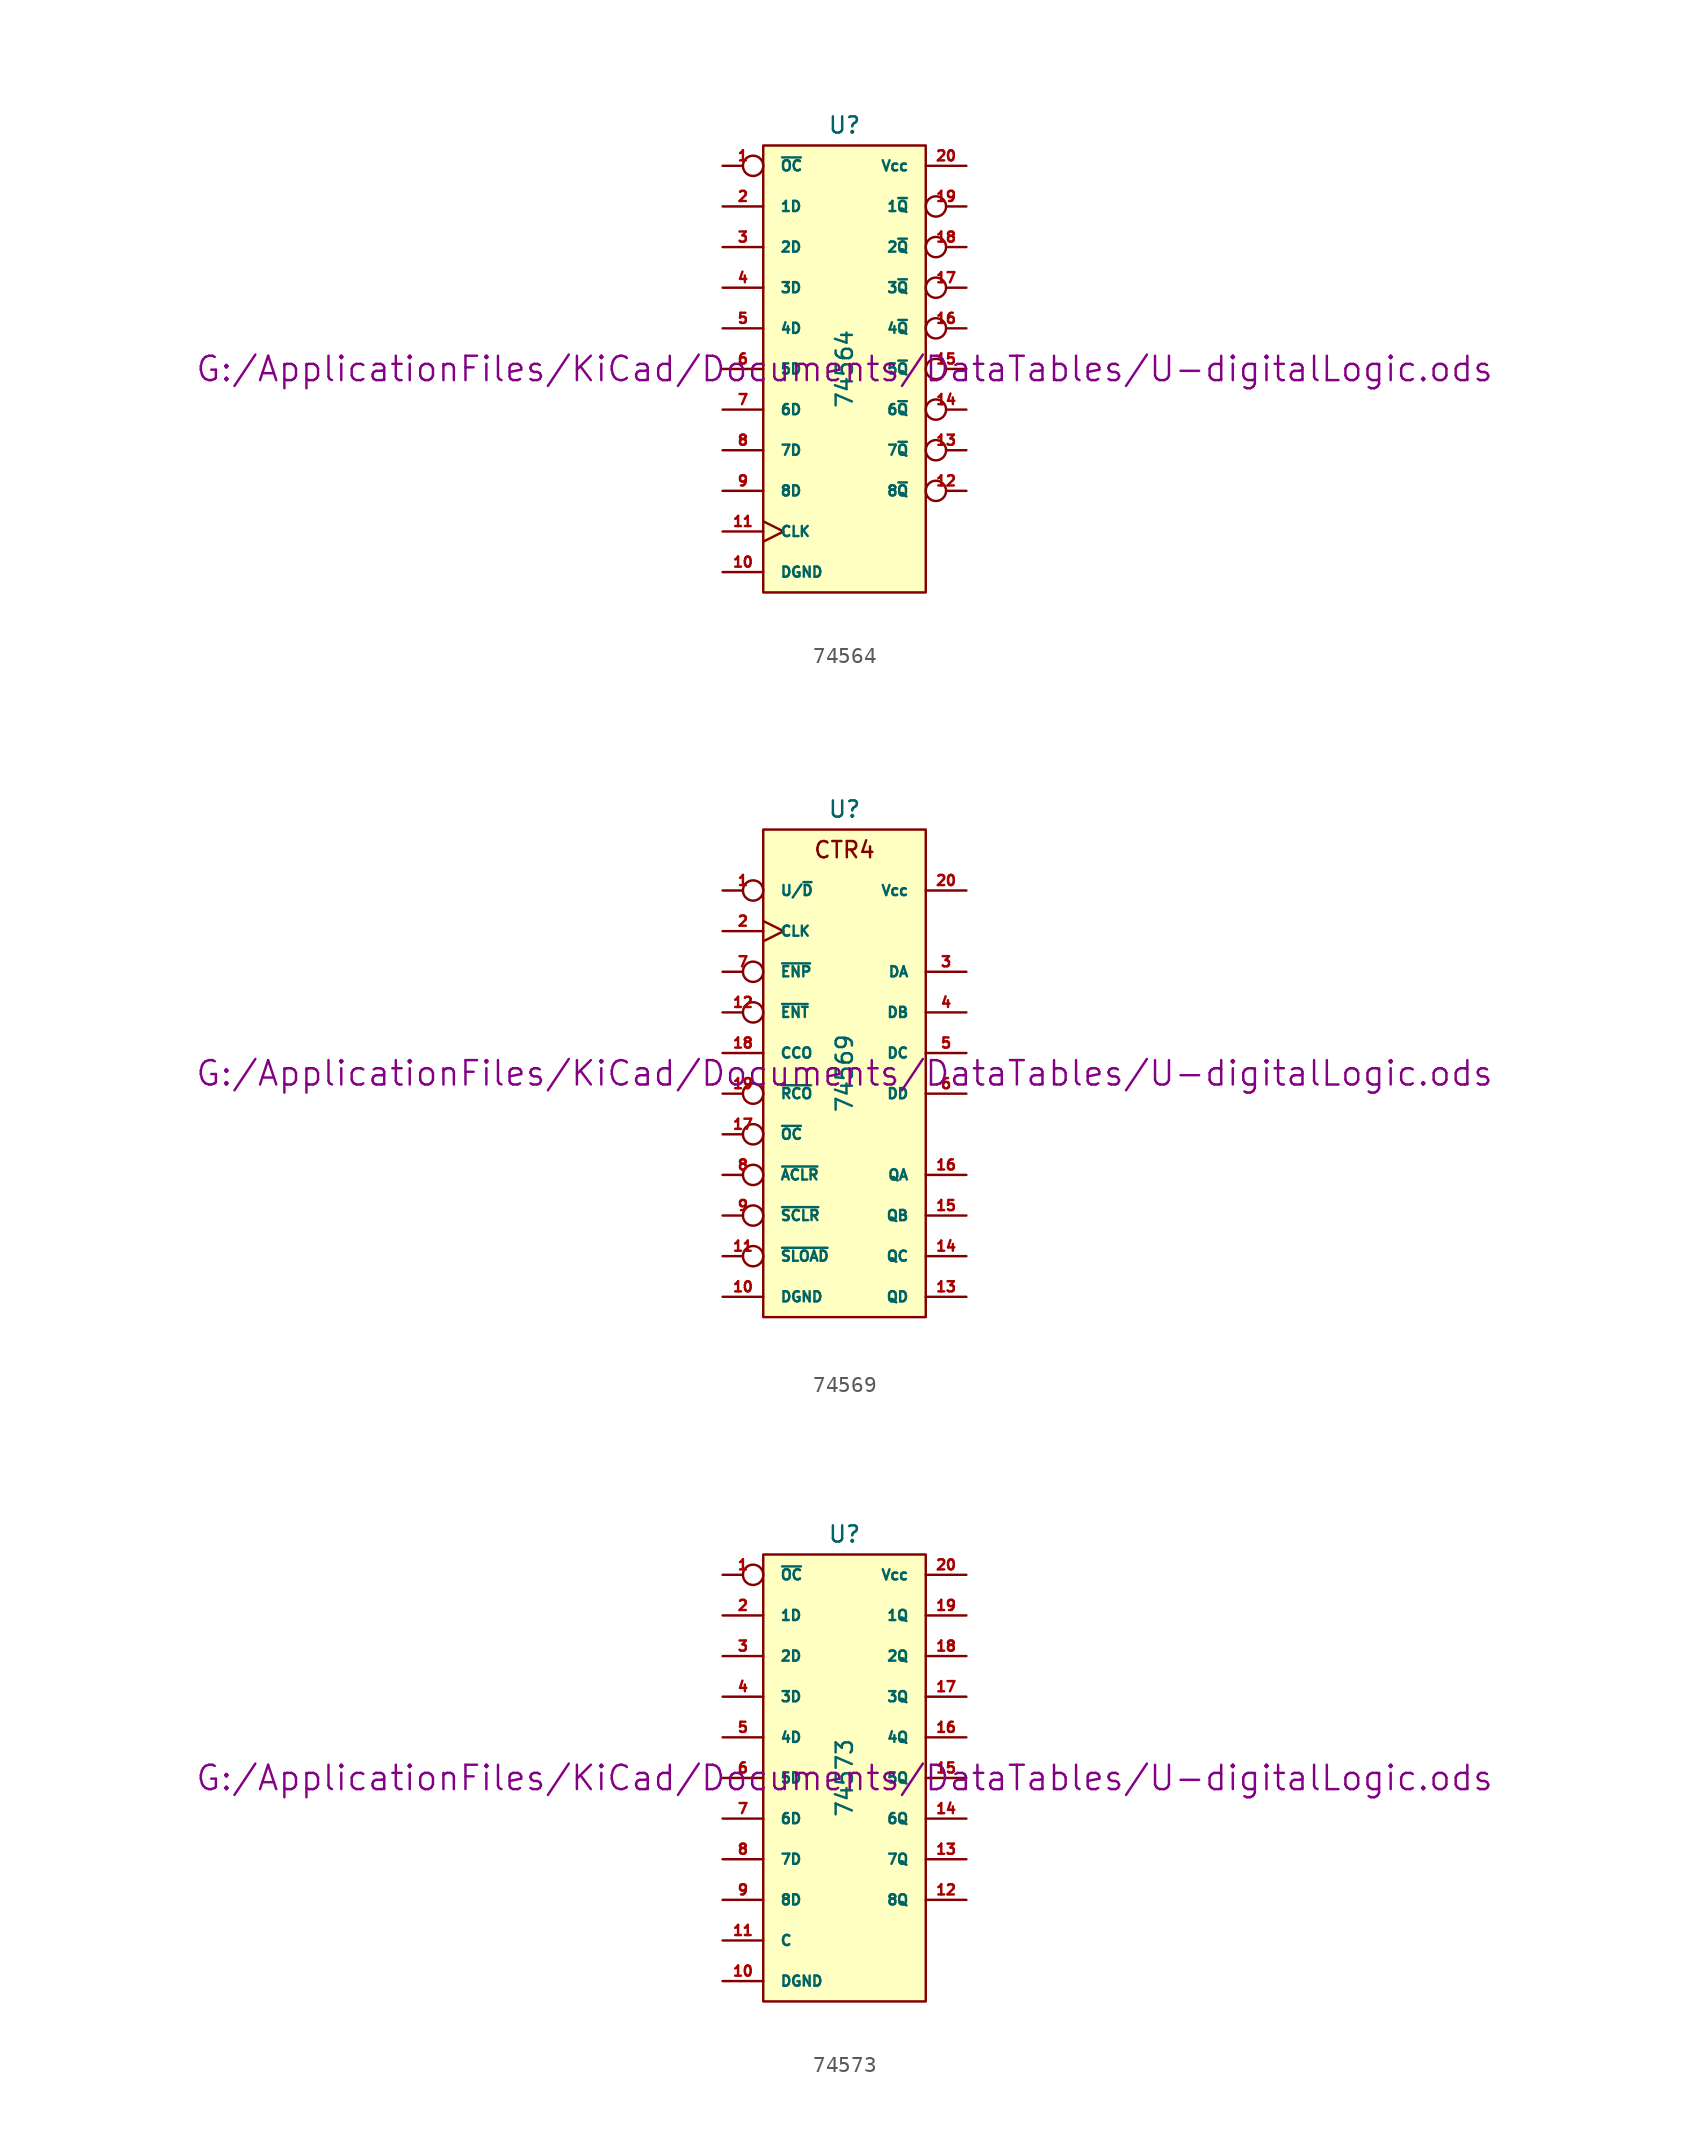
<source format=kicad_sym>
(kicad_symbol_lib
  (version 20211014)
  (generator kicad_symbol_editor)
  (symbol "74564"
    (pin_names
      (offset 1.016))
    (property "Reference" "U"
      (at 0 15.24 0)
      (effects (font (size 1.016 1.016))))
    (property "Value" "74564"
      (at 0 0 90)
      (effects (font (size 1.016 1.016))))
    (property "Footprint" ""
      (at 0 0 0)
      (effects (font (size 1.524 1.524))))
    (property "Datasheet" "G:/ApplicationFiles/KiCad/Documents/DataTables/U-digitalLogic.ods"
      (at 0 0 0)
      (effects (font (size 1.524 1.524))))
    (symbol "74564_0_1"
      (rectangle (start -5.08 13.97) (end 5.08 -13.97) (stroke (width 0) (type default) (color 0 0 0 0)) (fill (type background))))
    (symbol "74564_1_1"
      (pin input inverted (at -7.62 12.7 0) (length 2.54) (name "~{OC}" (effects (font (size 0.635 0.635)))) (number "1" (effects (font (size 0.635 0.635)))))
      (pin power_in line (at -7.62 -12.7 0) (length 2.54) (name "DGND" (effects (font (size 0.635 0.635)))) (number "10" (effects (font (size 0.635 0.635)))))
      (pin input clock (at -7.62 -10.16 0) (length 2.54) (name "CLK" (effects (font (size 0.635 0.635)))) (number "11" (effects (font (size 0.635 0.635)))))
      (pin tri_state inverted (at 7.62 -7.62 180) (length 2.54) (name "8~{Q}" (effects (font (size 0.635 0.635)))) (number "12" (effects (font (size 0.635 0.635)))))
      (pin tri_state inverted (at 7.62 -5.08 180) (length 2.54) (name "7~{Q}" (effects (font (size 0.635 0.635)))) (number "13" (effects (font (size 0.635 0.635)))))
      (pin tri_state inverted (at 7.62 -2.54 180) (length 2.54) (name "6~{Q}" (effects (font (size 0.635 0.635)))) (number "14" (effects (font (size 0.635 0.635)))))
      (pin tri_state inverted (at 7.62 0 180) (length 2.54) (name "5~{Q}" (effects (font (size 0.635 0.635)))) (number "15" (effects (font (size 0.635 0.635)))))
      (pin tri_state inverted (at 7.62 2.54 180) (length 2.54) (name "4~{Q}" (effects (font (size 0.635 0.635)))) (number "16" (effects (font (size 0.635 0.635)))))
      (pin tri_state inverted (at 7.62 5.08 180) (length 2.54) (name "3~{Q}" (effects (font (size 0.635 0.635)))) (number "17" (effects (font (size 0.635 0.635)))))
      (pin tri_state inverted (at 7.62 7.62 180) (length 2.54) (name "2~{Q}" (effects (font (size 0.635 0.635)))) (number "18" (effects (font (size 0.635 0.635)))))
      (pin tri_state inverted (at 7.62 10.16 180) (length 2.54) (name "1~{Q}" (effects (font (size 0.635 0.635)))) (number "19" (effects (font (size 0.635 0.635)))))
      (pin input line (at -7.62 10.16 0) (length 2.54) (name "1D" (effects (font (size 0.635 0.635)))) (number "2" (effects (font (size 0.635 0.635)))))
      (pin power_in line (at 7.62 12.7 180) (length 2.54) (name "Vcc" (effects (font (size 0.635 0.635)))) (number "20" (effects (font (size 0.635 0.635)))))
      (pin input line (at -7.62 7.62 0) (length 2.54) (name "2D" (effects (font (size 0.635 0.635)))) (number "3" (effects (font (size 0.635 0.635)))))
      (pin input line (at -7.62 5.08 0) (length 2.54) (name "3D" (effects (font (size 0.635 0.635)))) (number "4" (effects (font (size 0.635 0.635)))))
      (pin input line (at -7.62 2.54 0) (length 2.54) (name "4D" (effects (font (size 0.635 0.635)))) (number "5" (effects (font (size 0.635 0.635)))))
      (pin input line (at -7.62 0 0) (length 2.54) (name "5D" (effects (font (size 0.635 0.635)))) (number "6" (effects (font (size 0.635 0.635)))))
      (pin input line (at -7.62 -2.54 0) (length 2.54) (name "6D" (effects (font (size 0.635 0.635)))) (number "7" (effects (font (size 0.635 0.635)))))
      (pin input line (at -7.62 -5.08 0) (length 2.54) (name "7D" (effects (font (size 0.635 0.635)))) (number "8" (effects (font (size 0.635 0.635)))))
      (pin input line (at -7.62 -7.62 0) (length 2.54) (name "8D" (effects (font (size 0.635 0.635)))) (number "9" (effects (font (size 0.635 0.635)))))))
  (symbol "74569"
    (pin_names
      (offset 1.016))
    (property "Reference" "U"
      (at 0 16.51 0)
      (effects (font (size 1.016 1.016))))
    (property "Value" "74569"
      (at 0 0 90)
      (effects (font (size 1.016 1.016))))
    (property "Footprint" ""
      (at 0 0 0)
      (effects (font (size 1.524 1.524))))
    (property "Datasheet" "G:/ApplicationFiles/KiCad/Documents/DataTables/U-digitalLogic.ods"
      (at 0 0 0)
      (effects (font (size 1.524 1.524))))
    (symbol "74569_0_0"
      (text "CTR4" (at 0 13.97 0) (effects (font (size 1.016 1.016)))))
    (symbol "74569_0_1"
      (rectangle (start -5.08 15.24) (end 5.08 -15.24) (stroke (width 0) (type default) (color 0 0 0 0)) (fill (type background))))
    (symbol "74569_1_1"
      (pin input inverted (at -7.62 11.43 0) (length 2.54) (name "U/~{D}" (effects (font (size 0.635 0.635)))) (number "1" (effects (font (size 0.635 0.635)))))
      (pin power_in line (at -7.62 -13.97 0) (length 2.54) (name "DGND" (effects (font (size 0.635 0.635)))) (number "10" (effects (font (size 0.635 0.635)))))
      (pin input inverted (at -7.62 -11.43 0) (length 2.54) (name "~{SLOAD}" (effects (font (size 0.635 0.635)))) (number "11" (effects (font (size 0.635 0.635)))))
      (pin input inverted (at -7.62 3.81 0) (length 2.54) (name "~{ENT}" (effects (font (size 0.635 0.635)))) (number "12" (effects (font (size 0.635 0.635)))))
      (pin tri_state line (at 7.62 -13.97 180) (length 2.54) (name "QD" (effects (font (size 0.635 0.635)))) (number "13" (effects (font (size 0.635 0.635)))))
      (pin tri_state line (at 7.62 -11.43 180) (length 2.54) (name "QC" (effects (font (size 0.635 0.635)))) (number "14" (effects (font (size 0.635 0.635)))))
      (pin tri_state line (at 7.62 -8.89 180) (length 2.54) (name "QB" (effects (font (size 0.635 0.635)))) (number "15" (effects (font (size 0.635 0.635)))))
      (pin tri_state line (at 7.62 -6.35 180) (length 2.54) (name "QA" (effects (font (size 0.635 0.635)))) (number "16" (effects (font (size 0.635 0.635)))))
      (pin input inverted (at -7.62 -3.81 0) (length 2.54) (name "~{OC}" (effects (font (size 0.635 0.635)))) (number "17" (effects (font (size 0.635 0.635)))))
      (pin input line (at -7.62 1.27 0) (length 2.54) (name "CCO" (effects (font (size 0.635 0.635)))) (number "18" (effects (font (size 0.635 0.635)))))
      (pin input inverted (at -7.62 -1.27 0) (length 2.54) (name "~{RCO}" (effects (font (size 0.635 0.635)))) (number "19" (effects (font (size 0.635 0.635)))))
      (pin input clock (at -7.62 8.89 0) (length 2.54) (name "CLK" (effects (font (size 0.635 0.635)))) (number "2" (effects (font (size 0.635 0.635)))))
      (pin power_in line (at 7.62 11.43 180) (length 2.54) (name "Vcc" (effects (font (size 0.635 0.635)))) (number "20" (effects (font (size 0.635 0.635)))))
      (pin input line (at 7.62 6.35 180) (length 2.54) (name "DA" (effects (font (size 0.635 0.635)))) (number "3" (effects (font (size 0.635 0.635)))))
      (pin input line (at 7.62 3.81 180) (length 2.54) (name "DB" (effects (font (size 0.635 0.635)))) (number "4" (effects (font (size 0.635 0.635)))))
      (pin input line (at 7.62 1.27 180) (length 2.54) (name "DC" (effects (font (size 0.635 0.635)))) (number "5" (effects (font (size 0.635 0.635)))))
      (pin input line (at 7.62 -1.27 180) (length 2.54) (name "DD" (effects (font (size 0.635 0.635)))) (number "6" (effects (font (size 0.635 0.635)))))
      (pin input inverted (at -7.62 6.35 0) (length 2.54) (name "~{ENP}" (effects (font (size 0.635 0.635)))) (number "7" (effects (font (size 0.635 0.635)))))
      (pin input inverted (at -7.62 -6.35 0) (length 2.54) (name "~{ACLR}" (effects (font (size 0.635 0.635)))) (number "8" (effects (font (size 0.635 0.635)))))
      (pin input inverted (at -7.62 -8.89 0) (length 2.54) (name "~{SCLR}" (effects (font (size 0.635 0.635)))) (number "9" (effects (font (size 0.635 0.635)))))))
  (symbol "74573"
    (pin_names
      (offset 1.016))
    (property "Reference" "U"
      (at 0 15.24 0)
      (effects (font (size 1.016 1.016))))
    (property "Value" "74573"
      (at 0 0 90)
      (effects (font (size 1.016 1.016))))
    (property "Footprint" ""
      (at 0 0 0)
      (effects (font (size 1.524 1.524))))
    (property "Datasheet" "G:/ApplicationFiles/KiCad/Documents/DataTables/U-digitalLogic.ods"
      (at 0 0 0)
      (effects (font (size 1.524 1.524))))
    (symbol "74573_0_1"
      (rectangle (start -5.08 13.97) (end 5.08 -13.97) (stroke (width 0) (type default) (color 0 0 0 0)) (fill (type background))))
    (symbol "74573_1_1"
      (pin input inverted (at -7.62 12.7 0) (length 2.54) (name "~{OC}" (effects (font (size 0.635 0.635)))) (number "1" (effects (font (size 0.635 0.635)))))
      (pin power_in line (at -7.62 -12.7 0) (length 2.54) (name "DGND" (effects (font (size 0.635 0.635)))) (number "10" (effects (font (size 0.635 0.635)))))
      (pin input line (at -7.62 -10.16 0) (length 2.54) (name "C" (effects (font (size 0.635 0.635)))) (number "11" (effects (font (size 0.635 0.635)))))
      (pin tri_state line (at 7.62 -7.62 180) (length 2.54) (name "8Q" (effects (font (size 0.635 0.635)))) (number "12" (effects (font (size 0.635 0.635)))))
      (pin tri_state line (at 7.62 -5.08 180) (length 2.54) (name "7Q" (effects (font (size 0.635 0.635)))) (number "13" (effects (font (size 0.635 0.635)))))
      (pin tri_state line (at 7.62 -2.54 180) (length 2.54) (name "6Q" (effects (font (size 0.635 0.635)))) (number "14" (effects (font (size 0.635 0.635)))))
      (pin tri_state line (at 7.62 0 180) (length 2.54) (name "5Q" (effects (font (size 0.635 0.635)))) (number "15" (effects (font (size 0.635 0.635)))))
      (pin tri_state line (at 7.62 2.54 180) (length 2.54) (name "4Q" (effects (font (size 0.635 0.635)))) (number "16" (effects (font (size 0.635 0.635)))))
      (pin tri_state line (at 7.62 5.08 180) (length 2.54) (name "3Q" (effects (font (size 0.635 0.635)))) (number "17" (effects (font (size 0.635 0.635)))))
      (pin tri_state line (at 7.62 7.62 180) (length 2.54) (name "2Q" (effects (font (size 0.635 0.635)))) (number "18" (effects (font (size 0.635 0.635)))))
      (pin tri_state line (at 7.62 10.16 180) (length 2.54) (name "1Q" (effects (font (size 0.635 0.635)))) (number "19" (effects (font (size 0.635 0.635)))))
      (pin input line (at -7.62 10.16 0) (length 2.54) (name "1D" (effects (font (size 0.635 0.635)))) (number "2" (effects (font (size 0.635 0.635)))))
      (pin power_in line (at 7.62 12.7 180) (length 2.54) (name "Vcc" (effects (font (size 0.635 0.635)))) (number "20" (effects (font (size 0.635 0.635)))))
      (pin input line (at -7.62 7.62 0) (length 2.54) (name "2D" (effects (font (size 0.635 0.635)))) (number "3" (effects (font (size 0.635 0.635)))))
      (pin input line (at -7.62 5.08 0) (length 2.54) (name "3D" (effects (font (size 0.635 0.635)))) (number "4" (effects (font (size 0.635 0.635)))))
      (pin input line (at -7.62 2.54 0) (length 2.54) (name "4D" (effects (font (size 0.635 0.635)))) (number "5" (effects (font (size 0.635 0.635)))))
      (pin input line (at -7.62 0 0) (length 2.54) (name "5D" (effects (font (size 0.635 0.635)))) (number "6" (effects (font (size 0.635 0.635)))))
      (pin input line (at -7.62 -2.54 0) (length 2.54) (name "6D" (effects (font (size 0.635 0.635)))) (number "7" (effects (font (size 0.635 0.635)))))
      (pin input line (at -7.62 -5.08 0) (length 2.54) (name "7D" (effects (font (size 0.635 0.635)))) (number "8" (effects (font (size 0.635 0.635)))))
      (pin input line (at -7.62 -7.62 0) (length 2.54) (name "8D" (effects (font (size 0.635 0.635)))) (number "9" (effects (font (size 0.635 0.635))))))))
</source>
